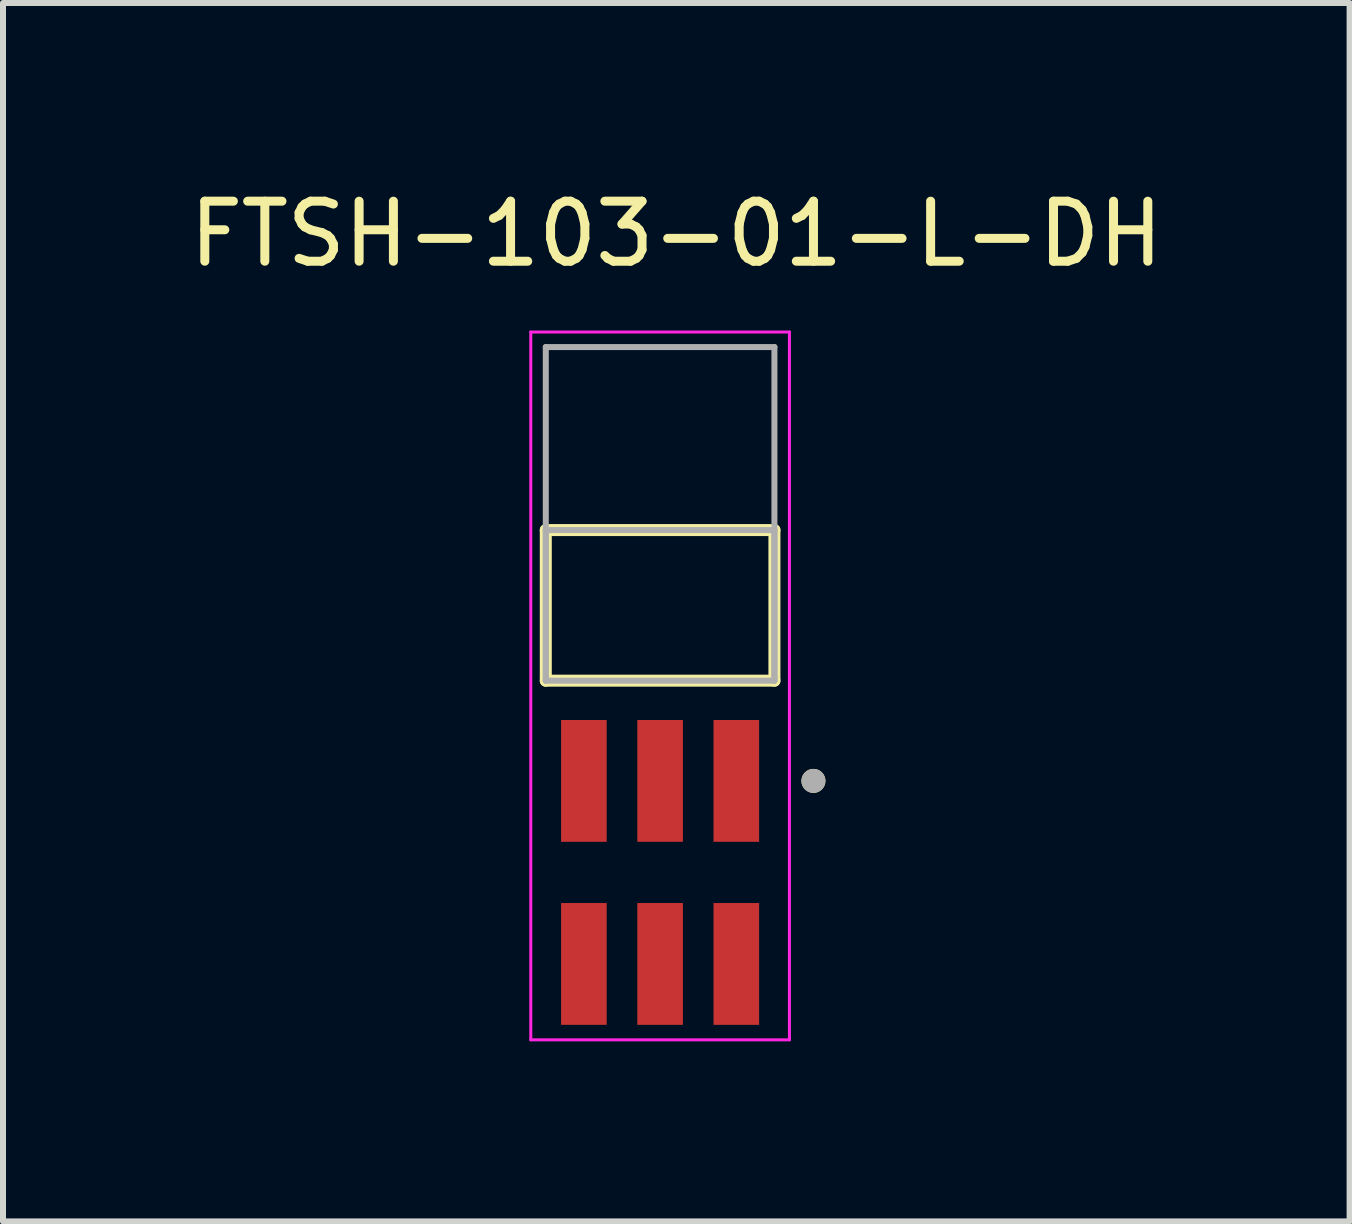
<source format=kicad_pcb>
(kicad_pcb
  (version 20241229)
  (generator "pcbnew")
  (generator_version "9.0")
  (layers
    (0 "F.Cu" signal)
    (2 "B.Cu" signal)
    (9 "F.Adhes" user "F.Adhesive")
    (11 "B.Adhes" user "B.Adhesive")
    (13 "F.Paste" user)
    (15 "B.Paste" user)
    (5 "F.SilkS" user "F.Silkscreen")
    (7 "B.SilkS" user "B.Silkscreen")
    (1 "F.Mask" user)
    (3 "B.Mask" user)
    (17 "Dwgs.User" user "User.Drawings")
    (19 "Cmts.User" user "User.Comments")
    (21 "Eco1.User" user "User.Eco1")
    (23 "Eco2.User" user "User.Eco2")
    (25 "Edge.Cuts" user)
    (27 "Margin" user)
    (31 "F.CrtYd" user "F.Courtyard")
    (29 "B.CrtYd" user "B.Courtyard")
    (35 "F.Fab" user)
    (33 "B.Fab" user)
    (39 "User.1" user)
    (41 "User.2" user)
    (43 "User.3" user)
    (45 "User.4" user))
  (footprint "FTSH-103-01-L-DH"
    (layer "F.Cu")
    (at 7.95 11.488)
    (property "Reference" "FTSH-103-01-L-DH" (at 0.27 -10.64 0) (layer "F.SilkS") (effects (font (size 1 1) (thickness 0.15))))
    (attr smd)
    (fp_line (start -1.905 -3.195) (end -1.905 -5.705) (stroke (width 0.2) (type solid)) (layer "F.SilkS"))
    (fp_line (start 1.905 -5.705) (end -1.905 -5.705) (stroke (width 0.2) (type solid)) (layer "F.SilkS"))
    (fp_line (start 1.905 -5.705) (end 1.905 -3.195) (stroke (width 0.2) (type solid)) (layer "F.SilkS"))
    (fp_line (start 1.905 -3.195) (end -1.905 -3.195) (stroke (width 0.2) (type solid)) (layer "F.SilkS"))
    (fp_circle (center 2.555 -1.525) (end 2.655 -1.525) (stroke (width 0.2) (type solid)) (fill no) (layer "F.SilkS"))
    (fp_line (start -2.155 -9.005) (end 2.155 -9.005) (stroke (width 0.05) (type solid)) (layer "F.CrtYd"))
    (fp_line (start -2.155 2.79) (end -2.155 -9.005) (stroke (width 0.05) (type solid)) (layer "F.CrtYd"))
    (fp_line (start 2.155 -9.005) (end 2.155 2.79) (stroke (width 0.05) (type solid)) (layer "F.CrtYd"))
    (fp_line (start 2.155 2.79) (end -2.155 2.79) (stroke (width 0.05) (type solid)) (layer "F.CrtYd"))
    (fp_line (start -1.905 -8.755) (end 1.905 -8.755) (stroke (width 0.1) (type solid)) (layer "F.Fab"))
    (fp_line (start -1.905 -5.705) (end 1.905 -5.705) (stroke (width 0.1) (type solid)) (layer "F.Fab"))
    (fp_line (start -1.905 -3.195) (end -1.905 -8.755) (stroke (width 0.1) (type solid)) (layer "F.Fab"))
    (fp_line (start -1.905 -3.195) (end -1.905 -5.705) (stroke (width 0.1) (type solid)) (layer "F.Fab"))
    (fp_line (start 1.905 -8.755) (end 1.905 -3.195) (stroke (width 0.1) (type solid)) (layer "F.Fab"))
    (fp_line (start 1.905 -5.705) (end 1.905 -3.195) (stroke (width 0.1) (type solid)) (layer "F.Fab"))
    (fp_line (start 1.905 -3.195) (end -1.905 -3.195) (stroke (width 0.1) (type solid)) (layer "F.Fab"))
    (fp_circle (center 2.555 -1.525) (end 2.655 -1.525) (stroke (width 0.2) (type solid)) (fill no) (layer "F.Fab"))
    (pad "01" smd rect (at 1.27 -1.525) (size 0.76 2.03) (layers "F.Cu" "F.Mask" "F.Paste"))
    (pad "02" smd rect (at 1.27 1.525) (size 0.76 2.03) (layers "F.Cu" "F.Mask" "F.Paste"))
    (pad "03" smd rect (at 0 -1.525) (size 0.76 2.03) (layers "F.Cu" "F.Mask" "F.Paste"))
    (pad "04" smd rect (at 0 1.525) (size 0.76 2.03) (layers "F.Cu" "F.Mask" "F.Paste"))
    (pad "05" smd rect (at -1.27 -1.525) (size 0.76 2.03) (layers "F.Cu" "F.Mask" "F.Paste"))
    (pad "06" smd rect (at -1.27 1.525) (size 0.76 2.03) (layers "F.Cu" "F.Mask" "F.Paste")))
  (gr_rect
    (start -3 -3)
    (end 19.44 17.303)
    (stroke (width 0.1) (type default))
    (fill no)
    (layer "Edge.Cuts")))
</source>
